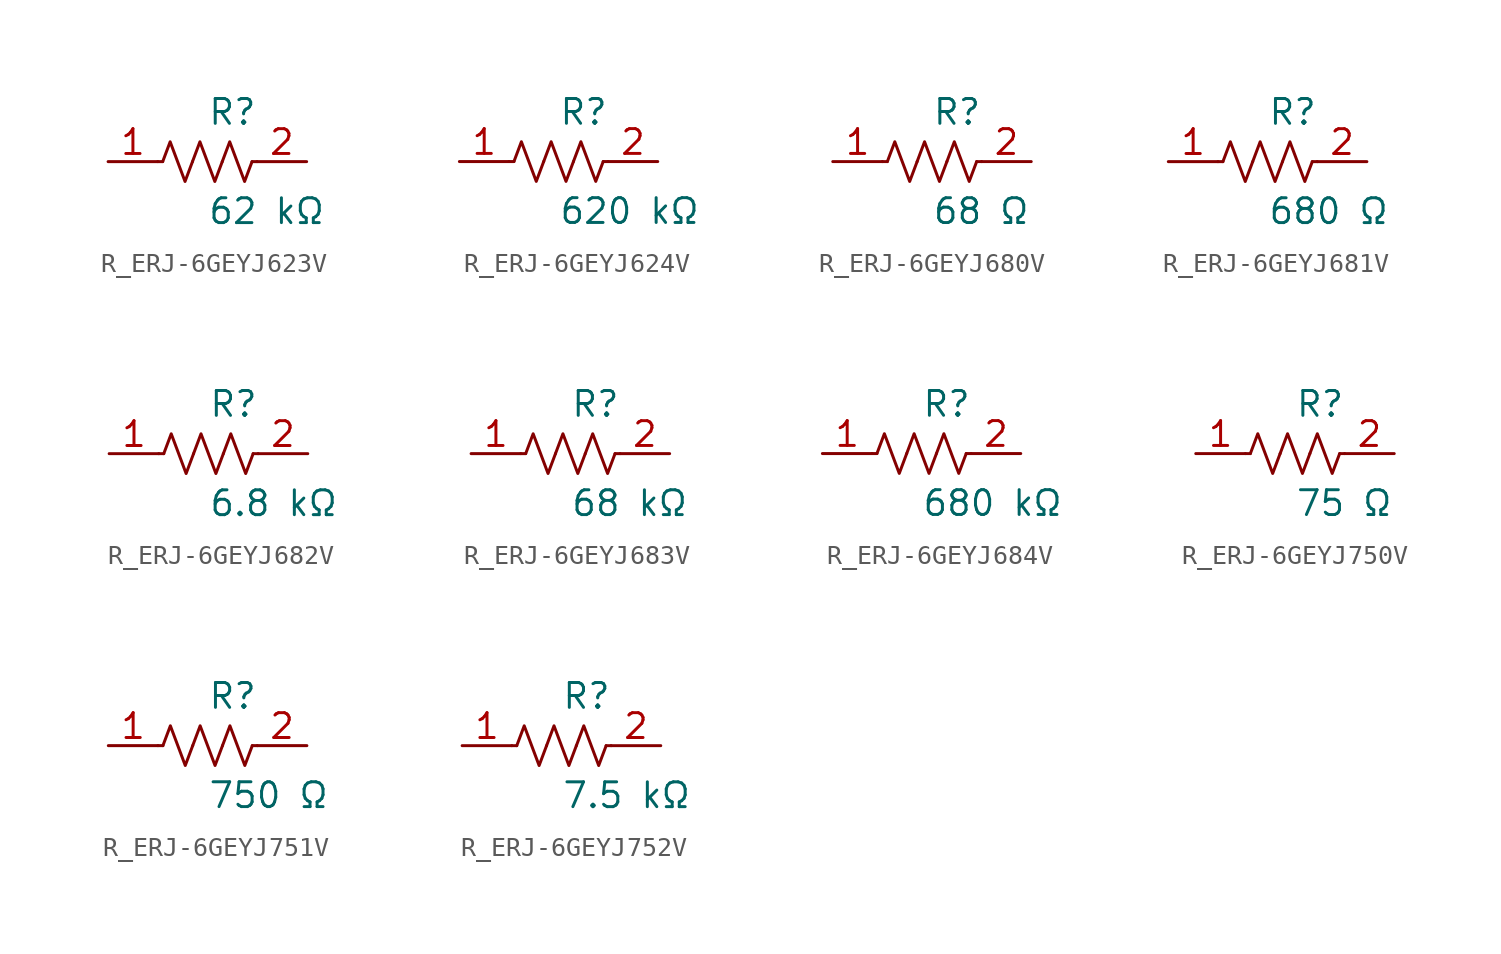
<source format=kicad_sym>
(kicad_symbol_lib
  (version 20231120)
  (generator kicad_symbol_editor)
  (generator_version 8.0)
  (symbol "R_ERJ-6GEYJ623V"
    (pin_names
      (offset 0.254))
    (property "Reference" "R"
      (at 0.0 2.54 0)
      (effects (font (size 1.27 1.27)) (justify left)))
    (property "Value" "62 kΩ"
      (at 0.0 -2.54 0)
      (effects (font (size 1.27 1.27)) (justify left)))
    (symbol "R_ERJ-6GEYJ623V_0_1"
      (polyline (pts (xy 2.286 0) (xy 2.54 0)) (stroke (width 0) (type default)) (fill (type none)))
      (polyline (pts (xy -2.286 0) (xy -2.54 0)) (stroke (width 0) (type default)) (fill (type none)))
      (polyline (pts (xy 0.762 0) (xy 1.143 1.016) (xy 1.524 0) (xy 1.905 -1.016) (xy 2.286 0)) (stroke (width 0) (type default)) (fill (type none)))
      (polyline (pts (xy -0.762 0) (xy -0.381 1.016) (xy 0 0) (xy 0.381 -1.016) (xy 0.762 0)) (stroke (width 0) (type default)) (fill (type none)))
      (polyline (pts (xy -2.286 0) (xy -1.905 1.016) (xy -1.524 0) (xy -1.143 -1.016) (xy -0.762 0)) (stroke (width 0) (type default)) (fill (type none))))
    (pin unspecified line
      (at -5.08 0 0)
      (length 2.54)
      (name "" (effects (font (size 1.27 1.27))))
      (number "1" (effects (font (size 1.27 1.27)))))
    (pin unspecified line
      (at 5.08 0 180)
      (length 2.54)
      (name "" (effects (font (size 1.27 1.27))))
      (number "2" (effects (font (size 1.27 1.27))))))
  (symbol "R_ERJ-6GEYJ624V"
    (pin_names
      (offset 0.254))
    (property "Reference" "R"
      (at 0.0 2.54 0)
      (effects (font (size 1.27 1.27)) (justify left)))
    (property "Value" "620 kΩ"
      (at 0.0 -2.54 0)
      (effects (font (size 1.27 1.27)) (justify left)))
    (symbol "R_ERJ-6GEYJ624V_0_1"
      (polyline (pts (xy 2.286 0) (xy 2.54 0)) (stroke (width 0) (type default)) (fill (type none)))
      (polyline (pts (xy -2.286 0) (xy -2.54 0)) (stroke (width 0) (type default)) (fill (type none)))
      (polyline (pts (xy 0.762 0) (xy 1.143 1.016) (xy 1.524 0) (xy 1.905 -1.016) (xy 2.286 0)) (stroke (width 0) (type default)) (fill (type none)))
      (polyline (pts (xy -0.762 0) (xy -0.381 1.016) (xy 0 0) (xy 0.381 -1.016) (xy 0.762 0)) (stroke (width 0) (type default)) (fill (type none)))
      (polyline (pts (xy -2.286 0) (xy -1.905 1.016) (xy -1.524 0) (xy -1.143 -1.016) (xy -0.762 0)) (stroke (width 0) (type default)) (fill (type none))))
    (pin unspecified line
      (at -5.08 0 0)
      (length 2.54)
      (name "" (effects (font (size 1.27 1.27))))
      (number "1" (effects (font (size 1.27 1.27)))))
    (pin unspecified line
      (at 5.08 0 180)
      (length 2.54)
      (name "" (effects (font (size 1.27 1.27))))
      (number "2" (effects (font (size 1.27 1.27))))))
  (symbol "R_ERJ-6GEYJ680V"
    (pin_names
      (offset 0.254))
    (property "Reference" "R"
      (at 0.0 2.54 0)
      (effects (font (size 1.27 1.27)) (justify left)))
    (property "Value" "68 Ω"
      (at 0.0 -2.54 0)
      (effects (font (size 1.27 1.27)) (justify left)))
    (symbol "R_ERJ-6GEYJ680V_0_1"
      (polyline (pts (xy 2.286 0) (xy 2.54 0)) (stroke (width 0) (type default)) (fill (type none)))
      (polyline (pts (xy -2.286 0) (xy -2.54 0)) (stroke (width 0) (type default)) (fill (type none)))
      (polyline (pts (xy 0.762 0) (xy 1.143 1.016) (xy 1.524 0) (xy 1.905 -1.016) (xy 2.286 0)) (stroke (width 0) (type default)) (fill (type none)))
      (polyline (pts (xy -0.762 0) (xy -0.381 1.016) (xy 0 0) (xy 0.381 -1.016) (xy 0.762 0)) (stroke (width 0) (type default)) (fill (type none)))
      (polyline (pts (xy -2.286 0) (xy -1.905 1.016) (xy -1.524 0) (xy -1.143 -1.016) (xy -0.762 0)) (stroke (width 0) (type default)) (fill (type none))))
    (pin unspecified line
      (at -5.08 0 0)
      (length 2.54)
      (name "" (effects (font (size 1.27 1.27))))
      (number "1" (effects (font (size 1.27 1.27)))))
    (pin unspecified line
      (at 5.08 0 180)
      (length 2.54)
      (name "" (effects (font (size 1.27 1.27))))
      (number "2" (effects (font (size 1.27 1.27))))))
  (symbol "R_ERJ-6GEYJ681V"
    (pin_names
      (offset 0.254))
    (property "Reference" "R"
      (at 0.0 2.54 0)
      (effects (font (size 1.27 1.27)) (justify left)))
    (property "Value" "680 Ω"
      (at 0.0 -2.54 0)
      (effects (font (size 1.27 1.27)) (justify left)))
    (symbol "R_ERJ-6GEYJ681V_0_1"
      (polyline (pts (xy 2.286 0) (xy 2.54 0)) (stroke (width 0) (type default)) (fill (type none)))
      (polyline (pts (xy -2.286 0) (xy -2.54 0)) (stroke (width 0) (type default)) (fill (type none)))
      (polyline (pts (xy 0.762 0) (xy 1.143 1.016) (xy 1.524 0) (xy 1.905 -1.016) (xy 2.286 0)) (stroke (width 0) (type default)) (fill (type none)))
      (polyline (pts (xy -0.762 0) (xy -0.381 1.016) (xy 0 0) (xy 0.381 -1.016) (xy 0.762 0)) (stroke (width 0) (type default)) (fill (type none)))
      (polyline (pts (xy -2.286 0) (xy -1.905 1.016) (xy -1.524 0) (xy -1.143 -1.016) (xy -0.762 0)) (stroke (width 0) (type default)) (fill (type none))))
    (pin unspecified line
      (at -5.08 0 0)
      (length 2.54)
      (name "" (effects (font (size 1.27 1.27))))
      (number "1" (effects (font (size 1.27 1.27)))))
    (pin unspecified line
      (at 5.08 0 180)
      (length 2.54)
      (name "" (effects (font (size 1.27 1.27))))
      (number "2" (effects (font (size 1.27 1.27))))))
  (symbol "R_ERJ-6GEYJ682V"
    (pin_names
      (offset 0.254))
    (property "Reference" "R"
      (at 0.0 2.54 0)
      (effects (font (size 1.27 1.27)) (justify left)))
    (property "Value" "6.8 kΩ"
      (at 0.0 -2.54 0)
      (effects (font (size 1.27 1.27)) (justify left)))
    (symbol "R_ERJ-6GEYJ682V_0_1"
      (polyline (pts (xy 2.286 0) (xy 2.54 0)) (stroke (width 0) (type default)) (fill (type none)))
      (polyline (pts (xy -2.286 0) (xy -2.54 0)) (stroke (width 0) (type default)) (fill (type none)))
      (polyline (pts (xy 0.762 0) (xy 1.143 1.016) (xy 1.524 0) (xy 1.905 -1.016) (xy 2.286 0)) (stroke (width 0) (type default)) (fill (type none)))
      (polyline (pts (xy -0.762 0) (xy -0.381 1.016) (xy 0 0) (xy 0.381 -1.016) (xy 0.762 0)) (stroke (width 0) (type default)) (fill (type none)))
      (polyline (pts (xy -2.286 0) (xy -1.905 1.016) (xy -1.524 0) (xy -1.143 -1.016) (xy -0.762 0)) (stroke (width 0) (type default)) (fill (type none))))
    (pin unspecified line
      (at -5.08 0 0)
      (length 2.54)
      (name "" (effects (font (size 1.27 1.27))))
      (number "1" (effects (font (size 1.27 1.27)))))
    (pin unspecified line
      (at 5.08 0 180)
      (length 2.54)
      (name "" (effects (font (size 1.27 1.27))))
      (number "2" (effects (font (size 1.27 1.27))))))
  (symbol "R_ERJ-6GEYJ683V"
    (pin_names
      (offset 0.254))
    (property "Reference" "R"
      (at 0.0 2.54 0)
      (effects (font (size 1.27 1.27)) (justify left)))
    (property "Value" "68 kΩ"
      (at 0.0 -2.54 0)
      (effects (font (size 1.27 1.27)) (justify left)))
    (symbol "R_ERJ-6GEYJ683V_0_1"
      (polyline (pts (xy 2.286 0) (xy 2.54 0)) (stroke (width 0) (type default)) (fill (type none)))
      (polyline (pts (xy -2.286 0) (xy -2.54 0)) (stroke (width 0) (type default)) (fill (type none)))
      (polyline (pts (xy 0.762 0) (xy 1.143 1.016) (xy 1.524 0) (xy 1.905 -1.016) (xy 2.286 0)) (stroke (width 0) (type default)) (fill (type none)))
      (polyline (pts (xy -0.762 0) (xy -0.381 1.016) (xy 0 0) (xy 0.381 -1.016) (xy 0.762 0)) (stroke (width 0) (type default)) (fill (type none)))
      (polyline (pts (xy -2.286 0) (xy -1.905 1.016) (xy -1.524 0) (xy -1.143 -1.016) (xy -0.762 0)) (stroke (width 0) (type default)) (fill (type none))))
    (pin unspecified line
      (at -5.08 0 0)
      (length 2.54)
      (name "" (effects (font (size 1.27 1.27))))
      (number "1" (effects (font (size 1.27 1.27)))))
    (pin unspecified line
      (at 5.08 0 180)
      (length 2.54)
      (name "" (effects (font (size 1.27 1.27))))
      (number "2" (effects (font (size 1.27 1.27))))))
  (symbol "R_ERJ-6GEYJ684V"
    (pin_names
      (offset 0.254))
    (property "Reference" "R"
      (at 0.0 2.54 0)
      (effects (font (size 1.27 1.27)) (justify left)))
    (property "Value" "680 kΩ"
      (at 0.0 -2.54 0)
      (effects (font (size 1.27 1.27)) (justify left)))
    (symbol "R_ERJ-6GEYJ684V_0_1"
      (polyline (pts (xy 2.286 0) (xy 2.54 0)) (stroke (width 0) (type default)) (fill (type none)))
      (polyline (pts (xy -2.286 0) (xy -2.54 0)) (stroke (width 0) (type default)) (fill (type none)))
      (polyline (pts (xy 0.762 0) (xy 1.143 1.016) (xy 1.524 0) (xy 1.905 -1.016) (xy 2.286 0)) (stroke (width 0) (type default)) (fill (type none)))
      (polyline (pts (xy -0.762 0) (xy -0.381 1.016) (xy 0 0) (xy 0.381 -1.016) (xy 0.762 0)) (stroke (width 0) (type default)) (fill (type none)))
      (polyline (pts (xy -2.286 0) (xy -1.905 1.016) (xy -1.524 0) (xy -1.143 -1.016) (xy -0.762 0)) (stroke (width 0) (type default)) (fill (type none))))
    (pin unspecified line
      (at -5.08 0 0)
      (length 2.54)
      (name "" (effects (font (size 1.27 1.27))))
      (number "1" (effects (font (size 1.27 1.27)))))
    (pin unspecified line
      (at 5.08 0 180)
      (length 2.54)
      (name "" (effects (font (size 1.27 1.27))))
      (number "2" (effects (font (size 1.27 1.27))))))
  (symbol "R_ERJ-6GEYJ750V"
    (pin_names
      (offset 0.254))
    (property "Reference" "R"
      (at 0.0 2.54 0)
      (effects (font (size 1.27 1.27)) (justify left)))
    (property "Value" "75 Ω"
      (at 0.0 -2.54 0)
      (effects (font (size 1.27 1.27)) (justify left)))
    (symbol "R_ERJ-6GEYJ750V_0_1"
      (polyline (pts (xy 2.286 0) (xy 2.54 0)) (stroke (width 0) (type default)) (fill (type none)))
      (polyline (pts (xy -2.286 0) (xy -2.54 0)) (stroke (width 0) (type default)) (fill (type none)))
      (polyline (pts (xy 0.762 0) (xy 1.143 1.016) (xy 1.524 0) (xy 1.905 -1.016) (xy 2.286 0)) (stroke (width 0) (type default)) (fill (type none)))
      (polyline (pts (xy -0.762 0) (xy -0.381 1.016) (xy 0 0) (xy 0.381 -1.016) (xy 0.762 0)) (stroke (width 0) (type default)) (fill (type none)))
      (polyline (pts (xy -2.286 0) (xy -1.905 1.016) (xy -1.524 0) (xy -1.143 -1.016) (xy -0.762 0)) (stroke (width 0) (type default)) (fill (type none))))
    (pin unspecified line
      (at -5.08 0 0)
      (length 2.54)
      (name "" (effects (font (size 1.27 1.27))))
      (number "1" (effects (font (size 1.27 1.27)))))
    (pin unspecified line
      (at 5.08 0 180)
      (length 2.54)
      (name "" (effects (font (size 1.27 1.27))))
      (number "2" (effects (font (size 1.27 1.27))))))
  (symbol "R_ERJ-6GEYJ751V"
    (pin_names
      (offset 0.254))
    (property "Reference" "R"
      (at 0.0 2.54 0)
      (effects (font (size 1.27 1.27)) (justify left)))
    (property "Value" "750 Ω"
      (at 0.0 -2.54 0)
      (effects (font (size 1.27 1.27)) (justify left)))
    (symbol "R_ERJ-6GEYJ751V_0_1"
      (polyline (pts (xy 2.286 0) (xy 2.54 0)) (stroke (width 0) (type default)) (fill (type none)))
      (polyline (pts (xy -2.286 0) (xy -2.54 0)) (stroke (width 0) (type default)) (fill (type none)))
      (polyline (pts (xy 0.762 0) (xy 1.143 1.016) (xy 1.524 0) (xy 1.905 -1.016) (xy 2.286 0)) (stroke (width 0) (type default)) (fill (type none)))
      (polyline (pts (xy -0.762 0) (xy -0.381 1.016) (xy 0 0) (xy 0.381 -1.016) (xy 0.762 0)) (stroke (width 0) (type default)) (fill (type none)))
      (polyline (pts (xy -2.286 0) (xy -1.905 1.016) (xy -1.524 0) (xy -1.143 -1.016) (xy -0.762 0)) (stroke (width 0) (type default)) (fill (type none))))
    (pin unspecified line
      (at -5.08 0 0)
      (length 2.54)
      (name "" (effects (font (size 1.27 1.27))))
      (number "1" (effects (font (size 1.27 1.27)))))
    (pin unspecified line
      (at 5.08 0 180)
      (length 2.54)
      (name "" (effects (font (size 1.27 1.27))))
      (number "2" (effects (font (size 1.27 1.27))))))
  (symbol "R_ERJ-6GEYJ752V"
    (pin_names
      (offset 0.254))
    (property "Reference" "R"
      (at 0.0 2.54 0)
      (effects (font (size 1.27 1.27)) (justify left)))
    (property "Value" "7.5 kΩ"
      (at 0.0 -2.54 0)
      (effects (font (size 1.27 1.27)) (justify left)))
    (symbol "R_ERJ-6GEYJ752V_0_1"
      (polyline (pts (xy 2.286 0) (xy 2.54 0)) (stroke (width 0) (type default)) (fill (type none)))
      (polyline (pts (xy -2.286 0) (xy -2.54 0)) (stroke (width 0) (type default)) (fill (type none)))
      (polyline (pts (xy 0.762 0) (xy 1.143 1.016) (xy 1.524 0) (xy 1.905 -1.016) (xy 2.286 0)) (stroke (width 0) (type default)) (fill (type none)))
      (polyline (pts (xy -0.762 0) (xy -0.381 1.016) (xy 0 0) (xy 0.381 -1.016) (xy 0.762 0)) (stroke (width 0) (type default)) (fill (type none)))
      (polyline (pts (xy -2.286 0) (xy -1.905 1.016) (xy -1.524 0) (xy -1.143 -1.016) (xy -0.762 0)) (stroke (width 0) (type default)) (fill (type none))))
    (pin unspecified line
      (at -5.08 0 0)
      (length 2.54)
      (name "" (effects (font (size 1.27 1.27))))
      (number "1" (effects (font (size 1.27 1.27)))))
    (pin unspecified line
      (at 5.08 0 180)
      (length 2.54)
      (name "" (effects (font (size 1.27 1.27))))
      (number "2" (effects (font (size 1.27 1.27)))))))
</source>
